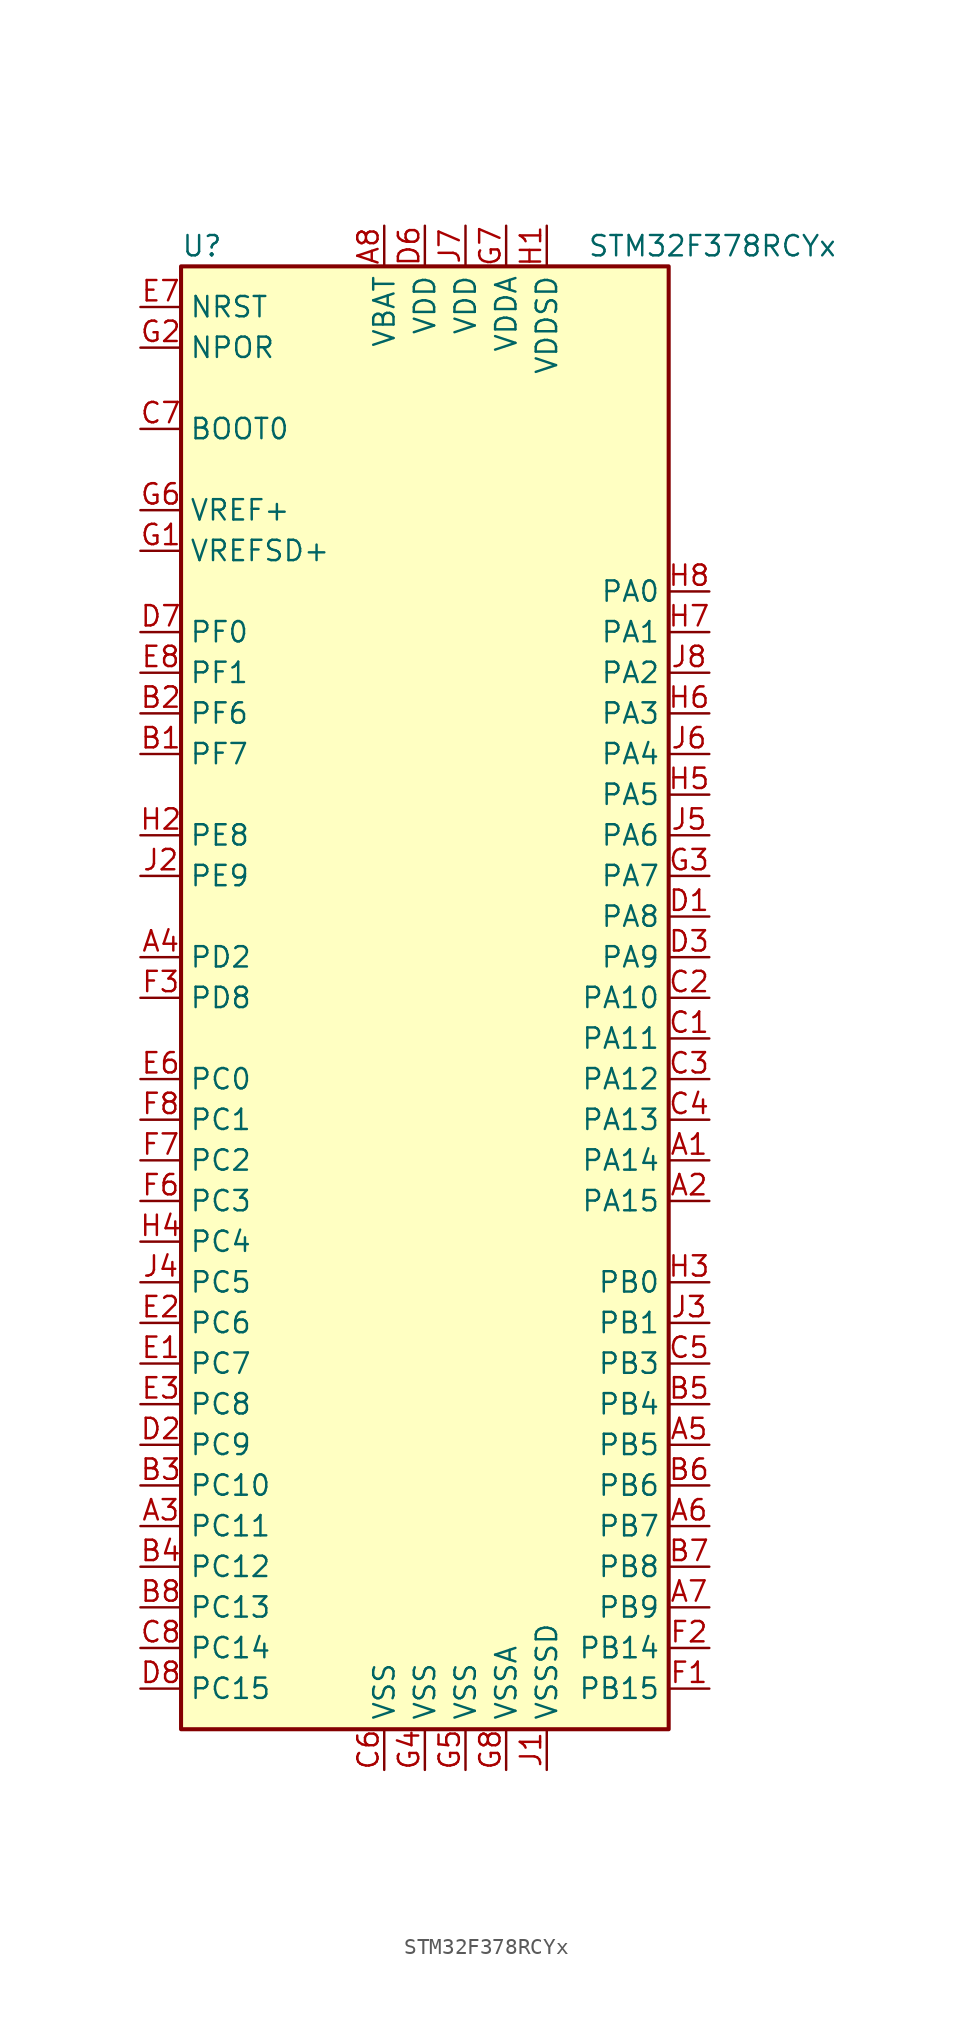
<source format=kicad_sym>
(kicad_symbol_lib
  (version 20201005)
  (generator kicad_symbol_editor)
  (symbol "STM32F378RCYx"
    (property "Reference" "U"
      (at -15.24 46.99 0)
      (effects (font (size 1.27 1.27)) (justify left)))
    (property "Value" "STM32F378RCYx"
      (at 10.16 46.99 0)
      (effects (font (size 1.27 1.27)) (justify left)))
    (symbol "STM32F378RCYx_0_1"
      (rectangle (start -15.24 -45.72) (end 15.24 45.72) (stroke (width 0.254)) (fill (type background))))
    (symbol "STM32F378RCYx_1_1"
      (pin input line (at -17.78 35.56 0) (length 2.54) (name "BOOT0" (effects (font (size 1.27 1.27)))) (number "C7" (effects (font (size 1.27 1.27)))))
      (pin input line (at -17.78 40.64 0) (length 2.54) (name "NPOR" (effects (font (size 1.27 1.27)))) (number "G2" (effects (font (size 1.27 1.27)))))
      (pin input line (at -17.78 43.18 0) (length 2.54) (name "NRST" (effects (font (size 1.27 1.27)))) (number "E7" (effects (font (size 1.27 1.27)))))
      (pin bidirectional line (at 17.78 25.4 180) (length 2.54) (name "PA0" (effects (font (size 1.27 1.27)))) (number "H8" (effects (font (size 1.27 1.27)))))
      (pin bidirectional line (at 17.78 22.86 180) (length 2.54) (name "PA1" (effects (font (size 1.27 1.27)))) (number "H7" (effects (font (size 1.27 1.27)))))
      (pin bidirectional line (at 17.78 0 180) (length 2.54) (name "PA10" (effects (font (size 1.27 1.27)))) (number "C2" (effects (font (size 1.27 1.27)))))
      (pin bidirectional line (at 17.78 -2.54 180) (length 2.54) (name "PA11" (effects (font (size 1.27 1.27)))) (number "C1" (effects (font (size 1.27 1.27)))))
      (pin bidirectional line (at 17.78 -5.08 180) (length 2.54) (name "PA12" (effects (font (size 1.27 1.27)))) (number "C3" (effects (font (size 1.27 1.27)))))
      (pin bidirectional line (at 17.78 -7.62 180) (length 2.54) (name "PA13" (effects (font (size 1.27 1.27)))) (number "C4" (effects (font (size 1.27 1.27)))))
      (pin bidirectional line (at 17.78 -10.16 180) (length 2.54) (name "PA14" (effects (font (size 1.27 1.27)))) (number "A1" (effects (font (size 1.27 1.27)))))
      (pin bidirectional line (at 17.78 -12.7 180) (length 2.54) (name "PA15" (effects (font (size 1.27 1.27)))) (number "A2" (effects (font (size 1.27 1.27)))))
      (pin bidirectional line (at 17.78 20.32 180) (length 2.54) (name "PA2" (effects (font (size 1.27 1.27)))) (number "J8" (effects (font (size 1.27 1.27)))))
      (pin bidirectional line (at 17.78 17.78 180) (length 2.54) (name "PA3" (effects (font (size 1.27 1.27)))) (number "H6" (effects (font (size 1.27 1.27)))))
      (pin bidirectional line (at 17.78 15.24 180) (length 2.54) (name "PA4" (effects (font (size 1.27 1.27)))) (number "J6" (effects (font (size 1.27 1.27)))))
      (pin bidirectional line (at 17.78 12.7 180) (length 2.54) (name "PA5" (effects (font (size 1.27 1.27)))) (number "H5" (effects (font (size 1.27 1.27)))))
      (pin bidirectional line (at 17.78 10.16 180) (length 2.54) (name "PA6" (effects (font (size 1.27 1.27)))) (number "J5" (effects (font (size 1.27 1.27)))))
      (pin bidirectional line (at 17.78 7.62 180) (length 2.54) (name "PA7" (effects (font (size 1.27 1.27)))) (number "G3" (effects (font (size 1.27 1.27)))))
      (pin bidirectional line (at 17.78 5.08 180) (length 2.54) (name "PA8" (effects (font (size 1.27 1.27)))) (number "D1" (effects (font (size 1.27 1.27)))))
      (pin bidirectional line (at 17.78 2.54 180) (length 2.54) (name "PA9" (effects (font (size 1.27 1.27)))) (number "D3" (effects (font (size 1.27 1.27)))))
      (pin bidirectional line (at 17.78 -17.78 180) (length 2.54) (name "PB0" (effects (font (size 1.27 1.27)))) (number "H3" (effects (font (size 1.27 1.27)))))
      (pin bidirectional line (at 17.78 -20.32 180) (length 2.54) (name "PB1" (effects (font (size 1.27 1.27)))) (number "J3" (effects (font (size 1.27 1.27)))))
      (pin bidirectional line (at 17.78 -40.64 180) (length 2.54) (name "PB14" (effects (font (size 1.27 1.27)))) (number "F2" (effects (font (size 1.27 1.27)))))
      (pin bidirectional line (at 17.78 -43.18 180) (length 2.54) (name "PB15" (effects (font (size 1.27 1.27)))) (number "F1" (effects (font (size 1.27 1.27)))))
      (pin bidirectional line (at 17.78 -22.86 180) (length 2.54) (name "PB3" (effects (font (size 1.27 1.27)))) (number "C5" (effects (font (size 1.27 1.27)))))
      (pin bidirectional line (at 17.78 -25.4 180) (length 2.54) (name "PB4" (effects (font (size 1.27 1.27)))) (number "B5" (effects (font (size 1.27 1.27)))))
      (pin bidirectional line (at 17.78 -27.94 180) (length 2.54) (name "PB5" (effects (font (size 1.27 1.27)))) (number "A5" (effects (font (size 1.27 1.27)))))
      (pin bidirectional line (at 17.78 -30.48 180) (length 2.54) (name "PB6" (effects (font (size 1.27 1.27)))) (number "B6" (effects (font (size 1.27 1.27)))))
      (pin bidirectional line (at 17.78 -33.02 180) (length 2.54) (name "PB7" (effects (font (size 1.27 1.27)))) (number "A6" (effects (font (size 1.27 1.27)))))
      (pin bidirectional line (at 17.78 -35.56 180) (length 2.54) (name "PB8" (effects (font (size 1.27 1.27)))) (number "B7" (effects (font (size 1.27 1.27)))))
      (pin bidirectional line (at 17.78 -38.1 180) (length 2.54) (name "PB9" (effects (font (size 1.27 1.27)))) (number "A7" (effects (font (size 1.27 1.27)))))
      (pin bidirectional line (at -17.78 -5.08 0) (length 2.54) (name "PC0" (effects (font (size 1.27 1.27)))) (number "E6" (effects (font (size 1.27 1.27)))))
      (pin bidirectional line (at -17.78 -7.62 0) (length 2.54) (name "PC1" (effects (font (size 1.27 1.27)))) (number "F8" (effects (font (size 1.27 1.27)))))
      (pin bidirectional line (at -17.78 -30.48 0) (length 2.54) (name "PC10" (effects (font (size 1.27 1.27)))) (number "B3" (effects (font (size 1.27 1.27)))))
      (pin bidirectional line (at -17.78 -33.02 0) (length 2.54) (name "PC11" (effects (font (size 1.27 1.27)))) (number "A3" (effects (font (size 1.27 1.27)))))
      (pin bidirectional line (at -17.78 -35.56 0) (length 2.54) (name "PC12" (effects (font (size 1.27 1.27)))) (number "B4" (effects (font (size 1.27 1.27)))))
      (pin bidirectional line (at -17.78 -38.1 0) (length 2.54) (name "PC13" (effects (font (size 1.27 1.27)))) (number "B8" (effects (font (size 1.27 1.27)))))
      (pin bidirectional line (at -17.78 -40.64 0) (length 2.54) (name "PC14" (effects (font (size 1.27 1.27)))) (number "C8" (effects (font (size 1.27 1.27)))))
      (pin bidirectional line (at -17.78 -43.18 0) (length 2.54) (name "PC15" (effects (font (size 1.27 1.27)))) (number "D8" (effects (font (size 1.27 1.27)))))
      (pin bidirectional line (at -17.78 -10.16 0) (length 2.54) (name "PC2" (effects (font (size 1.27 1.27)))) (number "F7" (effects (font (size 1.27 1.27)))))
      (pin bidirectional line (at -17.78 -12.7 0) (length 2.54) (name "PC3" (effects (font (size 1.27 1.27)))) (number "F6" (effects (font (size 1.27 1.27)))))
      (pin bidirectional line (at -17.78 -15.24 0) (length 2.54) (name "PC4" (effects (font (size 1.27 1.27)))) (number "H4" (effects (font (size 1.27 1.27)))))
      (pin bidirectional line (at -17.78 -17.78 0) (length 2.54) (name "PC5" (effects (font (size 1.27 1.27)))) (number "J4" (effects (font (size 1.27 1.27)))))
      (pin bidirectional line (at -17.78 -20.32 0) (length 2.54) (name "PC6" (effects (font (size 1.27 1.27)))) (number "E2" (effects (font (size 1.27 1.27)))))
      (pin bidirectional line (at -17.78 -22.86 0) (length 2.54) (name "PC7" (effects (font (size 1.27 1.27)))) (number "E1" (effects (font (size 1.27 1.27)))))
      (pin bidirectional line (at -17.78 -25.4 0) (length 2.54) (name "PC8" (effects (font (size 1.27 1.27)))) (number "E3" (effects (font (size 1.27 1.27)))))
      (pin bidirectional line (at -17.78 -27.94 0) (length 2.54) (name "PC9" (effects (font (size 1.27 1.27)))) (number "D2" (effects (font (size 1.27 1.27)))))
      (pin bidirectional line (at -17.78 2.54 0) (length 2.54) (name "PD2" (effects (font (size 1.27 1.27)))) (number "A4" (effects (font (size 1.27 1.27)))))
      (pin bidirectional line (at -17.78 0 0) (length 2.54) (name "PD8" (effects (font (size 1.27 1.27)))) (number "F3" (effects (font (size 1.27 1.27)))))
      (pin bidirectional line (at -17.78 10.16 0) (length 2.54) (name "PE8" (effects (font (size 1.27 1.27)))) (number "H2" (effects (font (size 1.27 1.27)))))
      (pin bidirectional line (at -17.78 7.62 0) (length 2.54) (name "PE9" (effects (font (size 1.27 1.27)))) (number "J2" (effects (font (size 1.27 1.27)))))
      (pin input line (at -17.78 22.86 0) (length 2.54) (name "PF0" (effects (font (size 1.27 1.27)))) (number "D7" (effects (font (size 1.27 1.27)))))
      (pin input line (at -17.78 20.32 0) (length 2.54) (name "PF1" (effects (font (size 1.27 1.27)))) (number "E8" (effects (font (size 1.27 1.27)))))
      (pin bidirectional line (at -17.78 17.78 0) (length 2.54) (name "PF6" (effects (font (size 1.27 1.27)))) (number "B2" (effects (font (size 1.27 1.27)))))
      (pin bidirectional line (at -17.78 15.24 0) (length 2.54) (name "PF7" (effects (font (size 1.27 1.27)))) (number "B1" (effects (font (size 1.27 1.27)))))
      (pin power_in line (at -2.54 48.26 270) (length 2.54) (name "VBAT" (effects (font (size 1.27 1.27)))) (number "A8" (effects (font (size 1.27 1.27)))))
      (pin power_in line (at 0 48.26 270) (length 2.54) (name "VDD" (effects (font (size 1.27 1.27)))) (number "D6" (effects (font (size 1.27 1.27)))))
      (pin power_in line (at 2.54 48.26 270) (length 2.54) (name "VDD" (effects (font (size 1.27 1.27)))) (number "J7" (effects (font (size 1.27 1.27)))))
      (pin power_in line (at 5.08 48.26 270) (length 2.54) (name "VDDA" (effects (font (size 1.27 1.27)))) (number "G7" (effects (font (size 1.27 1.27)))))
      (pin power_in line (at 7.62 48.26 270) (length 2.54) (name "VDDSD" (effects (font (size 1.27 1.27)))) (number "H1" (effects (font (size 1.27 1.27)))))
      (pin power_in line (at -17.78 30.48 0) (length 2.54) (name "VREF+" (effects (font (size 1.27 1.27)))) (number "G6" (effects (font (size 1.27 1.27)))))
      (pin power_in line (at -17.78 27.94 0) (length 2.54) (name "VREFSD+" (effects (font (size 1.27 1.27)))) (number "G1" (effects (font (size 1.27 1.27)))))
      (pin power_in line (at -2.54 -48.26 90) (length 2.54) (name "VSS" (effects (font (size 1.27 1.27)))) (number "C6" (effects (font (size 1.27 1.27)))))
      (pin power_in line (at 0 -48.26 90) (length 2.54) (name "VSS" (effects (font (size 1.27 1.27)))) (number "G4" (effects (font (size 1.27 1.27)))))
      (pin power_in line (at 2.54 -48.26 90) (length 2.54) (name "VSS" (effects (font (size 1.27 1.27)))) (number "G5" (effects (font (size 1.27 1.27)))))
      (pin power_in line (at 5.08 -48.26 90) (length 2.54) (name "VSSA" (effects (font (size 1.27 1.27)))) (number "G8" (effects (font (size 1.27 1.27)))))
      (pin power_in line (at 7.62 -48.26 90) (length 2.54) (name "VSSSD" (effects (font (size 1.27 1.27)))) (number "J1" (effects (font (size 1.27 1.27))))))))
</source>
